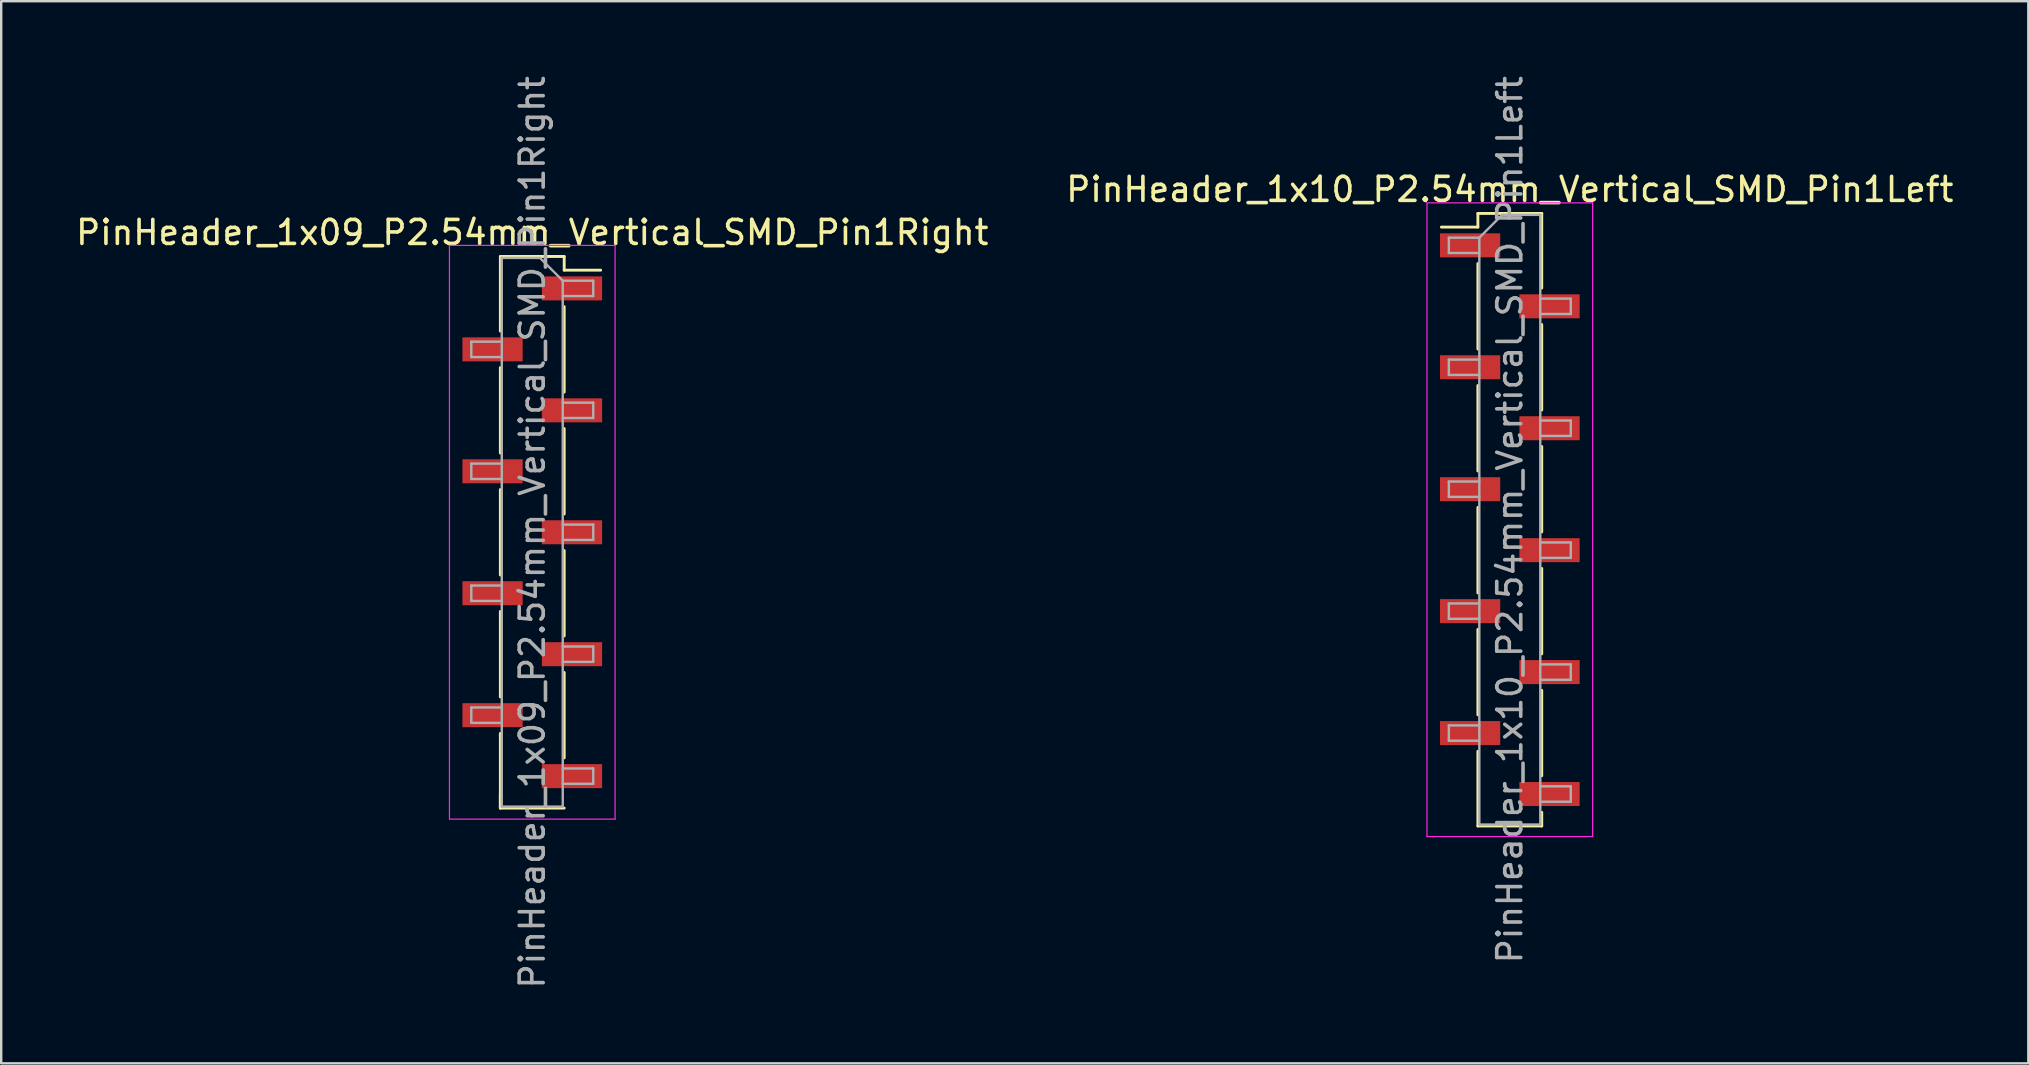
<source format=kicad_pcb>
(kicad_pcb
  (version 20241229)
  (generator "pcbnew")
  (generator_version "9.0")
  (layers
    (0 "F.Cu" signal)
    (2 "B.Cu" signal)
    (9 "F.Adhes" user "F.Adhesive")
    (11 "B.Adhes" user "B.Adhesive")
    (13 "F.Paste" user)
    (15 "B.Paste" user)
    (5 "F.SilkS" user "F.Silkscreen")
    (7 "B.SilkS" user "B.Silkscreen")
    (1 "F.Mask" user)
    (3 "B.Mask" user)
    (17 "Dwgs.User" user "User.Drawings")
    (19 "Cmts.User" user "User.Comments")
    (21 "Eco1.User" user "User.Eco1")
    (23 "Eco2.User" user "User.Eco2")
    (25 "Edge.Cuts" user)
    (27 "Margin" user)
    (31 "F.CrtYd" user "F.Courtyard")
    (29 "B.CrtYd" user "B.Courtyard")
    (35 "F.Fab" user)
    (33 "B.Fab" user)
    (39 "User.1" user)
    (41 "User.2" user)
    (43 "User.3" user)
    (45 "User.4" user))
  (footprint "PinHeader_1x10_P2.54mm_Vertical_SMD_Pin1Left"
    (layer "F.Cu")
    (at 59.851 18.601)
    (property "Reference" "PinHeader_1x10_P2.54mm_Vertical_SMD_Pin1Left" (at 0 -13.76 0) (layer "F.SilkS") (effects (font (size 1 1) (thickness 0.15))))
    (attr smd)
    (fp_line (start -1.33 -12.76) (end -1.33 -12.19) (stroke (width 0.12) (type solid)) (layer "F.SilkS"))
    (fp_line (start -1.33 -12.76) (end 1.33 -12.76) (stroke (width 0.12) (type solid)) (layer "F.SilkS"))
    (fp_line (start -1.33 -12.19) (end -2.85 -12.19) (stroke (width 0.12) (type solid)) (layer "F.SilkS"))
    (fp_line (start -1.33 -10.67) (end -1.33 -7.11) (stroke (width 0.12) (type solid)) (layer "F.SilkS"))
    (fp_line (start -1.33 -5.59) (end -1.33 -2.03) (stroke (width 0.12) (type solid)) (layer "F.SilkS"))
    (fp_line (start -1.33 -0.51) (end -1.33 3.05) (stroke (width 0.12) (type solid)) (layer "F.SilkS"))
    (fp_line (start -1.33 4.57) (end -1.33 8.13) (stroke (width 0.12) (type solid)) (layer "F.SilkS"))
    (fp_line (start -1.33 9.65) (end -1.33 12.76) (stroke (width 0.12) (type solid)) (layer "F.SilkS"))
    (fp_line (start -1.33 12.76) (end 1.33 12.76) (stroke (width 0.12) (type solid)) (layer "F.SilkS"))
    (fp_line (start 1.33 -12.76) (end 1.33 -9.65) (stroke (width 0.12) (type solid)) (layer "F.SilkS"))
    (fp_line (start 1.33 -8.13) (end 1.33 -4.57) (stroke (width 0.12) (type solid)) (layer "F.SilkS"))
    (fp_line (start 1.33 -3.05) (end 1.33 0.51) (stroke (width 0.12) (type solid)) (layer "F.SilkS"))
    (fp_line (start 1.33 2.03) (end 1.33 5.59) (stroke (width 0.12) (type solid)) (layer "F.SilkS"))
    (fp_line (start 1.33 7.11) (end 1.33 10.67) (stroke (width 0.12) (type solid)) (layer "F.SilkS"))
    (fp_line (start 1.33 12.19) (end 1.33 12.76) (stroke (width 0.12) (type solid)) (layer "F.SilkS"))
    (fp_line (start -3.45 -13.2) (end -3.45 13.2) (stroke (width 0.05) (type solid)) (layer "F.CrtYd"))
    (fp_line (start -3.45 13.2) (end 3.45 13.2) (stroke (width 0.05) (type solid)) (layer "F.CrtYd"))
    (fp_line (start 3.45 -13.2) (end -3.45 -13.2) (stroke (width 0.05) (type solid)) (layer "F.CrtYd"))
    (fp_line (start 3.45 13.2) (end 3.45 -13.2) (stroke (width 0.05) (type solid)) (layer "F.CrtYd"))
    (fp_line (start -2.54 -11.75) (end -2.54 -11.11) (stroke (width 0.1) (type solid)) (layer "F.Fab"))
    (fp_line (start -2.54 -11.11) (end -1.27 -11.11) (stroke (width 0.1) (type solid)) (layer "F.Fab"))
    (fp_line (start -2.54 -6.67) (end -2.54 -6.03) (stroke (width 0.1) (type solid)) (layer "F.Fab"))
    (fp_line (start -2.54 -6.03) (end -1.27 -6.03) (stroke (width 0.1) (type solid)) (layer "F.Fab"))
    (fp_line (start -2.54 -1.59) (end -2.54 -0.95) (stroke (width 0.1) (type solid)) (layer "F.Fab"))
    (fp_line (start -2.54 -0.95) (end -1.27 -0.95) (stroke (width 0.1) (type solid)) (layer "F.Fab"))
    (fp_line (start -2.54 3.49) (end -2.54 4.13) (stroke (width 0.1) (type solid)) (layer "F.Fab"))
    (fp_line (start -2.54 4.13) (end -1.27 4.13) (stroke (width 0.1) (type solid)) (layer "F.Fab"))
    (fp_line (start -2.54 8.57) (end -2.54 9.21) (stroke (width 0.1) (type solid)) (layer "F.Fab"))
    (fp_line (start -2.54 9.21) (end -1.27 9.21) (stroke (width 0.1) (type solid)) (layer "F.Fab"))
    (fp_line (start -1.27 -11.75) (end -2.54 -11.75) (stroke (width 0.1) (type solid)) (layer "F.Fab"))
    (fp_line (start -1.27 -11.75) (end -0.32 -12.7) (stroke (width 0.1) (type solid)) (layer "F.Fab"))
    (fp_line (start -1.27 -6.67) (end -2.54 -6.67) (stroke (width 0.1) (type solid)) (layer "F.Fab"))
    (fp_line (start -1.27 -1.59) (end -2.54 -1.59) (stroke (width 0.1) (type solid)) (layer "F.Fab"))
    (fp_line (start -1.27 3.49) (end -2.54 3.49) (stroke (width 0.1) (type solid)) (layer "F.Fab"))
    (fp_line (start -1.27 8.57) (end -2.54 8.57) (stroke (width 0.1) (type solid)) (layer "F.Fab"))
    (fp_line (start -1.27 12.7) (end -1.27 -11.75) (stroke (width 0.1) (type solid)) (layer "F.Fab"))
    (fp_line (start -0.32 -12.7) (end 1.27 -12.7) (stroke (width 0.1) (type solid)) (layer "F.Fab"))
    (fp_line (start 1.27 -12.7) (end 1.27 12.7) (stroke (width 0.1) (type solid)) (layer "F.Fab"))
    (fp_line (start 1.27 -9.21) (end 2.54 -9.21) (stroke (width 0.1) (type solid)) (layer "F.Fab"))
    (fp_line (start 1.27 -4.13) (end 2.54 -4.13) (stroke (width 0.1) (type solid)) (layer "F.Fab"))
    (fp_line (start 1.27 0.95) (end 2.54 0.95) (stroke (width 0.1) (type solid)) (layer "F.Fab"))
    (fp_line (start 1.27 6.03) (end 2.54 6.03) (stroke (width 0.1) (type solid)) (layer "F.Fab"))
    (fp_line (start 1.27 11.11) (end 2.54 11.11) (stroke (width 0.1) (type solid)) (layer "F.Fab"))
    (fp_line (start 1.27 12.7) (end -1.27 12.7) (stroke (width 0.1) (type solid)) (layer "F.Fab"))
    (fp_line (start 2.54 -9.21) (end 2.54 -8.57) (stroke (width 0.1) (type solid)) (layer "F.Fab"))
    (fp_line (start 2.54 -8.57) (end 1.27 -8.57) (stroke (width 0.1) (type solid)) (layer "F.Fab"))
    (fp_line (start 2.54 -4.13) (end 2.54 -3.49) (stroke (width 0.1) (type solid)) (layer "F.Fab"))
    (fp_line (start 2.54 -3.49) (end 1.27 -3.49) (stroke (width 0.1) (type solid)) (layer "F.Fab"))
    (fp_line (start 2.54 0.95) (end 2.54 1.59) (stroke (width 0.1) (type solid)) (layer "F.Fab"))
    (fp_line (start 2.54 1.59) (end 1.27 1.59) (stroke (width 0.1) (type solid)) (layer "F.Fab"))
    (fp_line (start 2.54 6.03) (end 2.54 6.67) (stroke (width 0.1) (type solid)) (layer "F.Fab"))
    (fp_line (start 2.54 6.67) (end 1.27 6.67) (stroke (width 0.1) (type solid)) (layer "F.Fab"))
    (fp_line (start 2.54 11.11) (end 2.54 11.75) (stroke (width 0.1) (type solid)) (layer "F.Fab"))
    (fp_line (start 2.54 11.75) (end 1.27 11.75) (stroke (width 0.1) (type solid)) (layer "F.Fab"))
    (fp_text user "${REFERENCE}" (at 0 0 90) (layer "F.Fab") (effects (font (size 1 1) (thickness 0.15))))
    (pad "1" smd rect (at -1.655 -11.43) (size 2.51 1) (layers "F.Cu" "F.Mask" "F.Paste"))
    (pad "2" smd rect (at 1.655 -8.89) (size 2.51 1) (layers "F.Cu" "F.Mask" "F.Paste"))
    (pad "3" smd rect (at -1.655 -6.35) (size 2.51 1) (layers "F.Cu" "F.Mask" "F.Paste"))
    (pad "4" smd rect (at 1.655 -3.81) (size 2.51 1) (layers "F.Cu" "F.Mask" "F.Paste"))
    (pad "5" smd rect (at -1.655 -1.27) (size 2.51 1) (layers "F.Cu" "F.Mask" "F.Paste"))
    (pad "6" smd rect (at 1.655 1.27) (size 2.51 1) (layers "F.Cu" "F.Mask" "F.Paste"))
    (pad "7" smd rect (at -1.655 3.81) (size 2.51 1) (layers "F.Cu" "F.Mask" "F.Paste"))
    (pad "8" smd rect (at 1.655 6.35) (size 2.51 1) (layers "F.Cu" "F.Mask" "F.Paste"))
    (pad "9" smd rect (at -1.655 8.89) (size 2.51 1) (layers "F.Cu" "F.Mask" "F.Paste"))
    (pad "10" smd rect (at 1.655 11.43) (size 2.51 1) (layers "F.Cu" "F.Mask" "F.Paste")))
  (footprint "PinHeader_1x09_P2.54mm_Vertical_SMD_Pin1Right"
    (layer "F.Cu")
    (at 19.125 19.125)
    (property "Reference" "PinHeader_1x09_P2.54mm_Vertical_SMD_Pin1Right" (at 0 -12.49 0) (layer "F.SilkS") (effects (font (size 1 1) (thickness 0.15))))
    (attr smd)
    (fp_line (start -1.33 -11.49) (end -1.33 -8.38) (stroke (width 0.12) (type solid)) (layer "F.SilkS"))
    (fp_line (start -1.33 -11.49) (end 1.33 -11.49) (stroke (width 0.12) (type solid)) (layer "F.SilkS"))
    (fp_line (start -1.33 -6.86) (end -1.33 -3.3) (stroke (width 0.12) (type solid)) (layer "F.SilkS"))
    (fp_line (start -1.33 -1.78) (end -1.33 1.78) (stroke (width 0.12) (type solid)) (layer "F.SilkS"))
    (fp_line (start -1.33 3.3) (end -1.33 6.86) (stroke (width 0.12) (type solid)) (layer "F.SilkS"))
    (fp_line (start -1.33 8.38) (end -1.33 11.49) (stroke (width 0.12) (type solid)) (layer "F.SilkS"))
    (fp_line (start -1.33 10.92) (end -1.33 11.49) (stroke (width 0.12) (type solid)) (layer "F.SilkS"))
    (fp_line (start -1.33 11.49) (end 1.33 11.49) (stroke (width 0.12) (type solid)) (layer "F.SilkS"))
    (fp_line (start 1.33 -11.49) (end 1.33 -10.92) (stroke (width 0.12) (type solid)) (layer "F.SilkS"))
    (fp_line (start 1.33 -10.92) (end 2.85 -10.92) (stroke (width 0.12) (type solid)) (layer "F.SilkS"))
    (fp_line (start 1.33 -9.4) (end 1.33 -5.84) (stroke (width 0.12) (type solid)) (layer "F.SilkS"))
    (fp_line (start 1.33 -4.32) (end 1.33 -0.76) (stroke (width 0.12) (type solid)) (layer "F.SilkS"))
    (fp_line (start 1.33 0.76) (end 1.33 4.32) (stroke (width 0.12) (type solid)) (layer "F.SilkS"))
    (fp_line (start 1.33 5.84) (end 1.33 9.4) (stroke (width 0.12) (type solid)) (layer "F.SilkS"))
    (fp_line (start -3.45 -11.95) (end -3.45 11.95) (stroke (width 0.05) (type solid)) (layer "F.CrtYd"))
    (fp_line (start -3.45 11.95) (end 3.45 11.95) (stroke (width 0.05) (type solid)) (layer "F.CrtYd"))
    (fp_line (start 3.45 -11.95) (end -3.45 -11.95) (stroke (width 0.05) (type solid)) (layer "F.CrtYd"))
    (fp_line (start 3.45 11.95) (end 3.45 -11.95) (stroke (width 0.05) (type solid)) (layer "F.CrtYd"))
    (fp_line (start -2.54 -7.94) (end -2.54 -7.3) (stroke (width 0.1) (type solid)) (layer "F.Fab"))
    (fp_line (start -2.54 -7.3) (end -1.27 -7.3) (stroke (width 0.1) (type solid)) (layer "F.Fab"))
    (fp_line (start -2.54 -2.86) (end -2.54 -2.22) (stroke (width 0.1) (type solid)) (layer "F.Fab"))
    (fp_line (start -2.54 -2.22) (end -1.27 -2.22) (stroke (width 0.1) (type solid)) (layer "F.Fab"))
    (fp_line (start -2.54 2.22) (end -2.54 2.86) (stroke (width 0.1) (type solid)) (layer "F.Fab"))
    (fp_line (start -2.54 2.86) (end -1.27 2.86) (stroke (width 0.1) (type solid)) (layer "F.Fab"))
    (fp_line (start -2.54 7.3) (end -2.54 7.94) (stroke (width 0.1) (type solid)) (layer "F.Fab"))
    (fp_line (start -2.54 7.94) (end -1.27 7.94) (stroke (width 0.1) (type solid)) (layer "F.Fab"))
    (fp_line (start -1.27 -11.43) (end -1.27 11.43) (stroke (width 0.1) (type solid)) (layer "F.Fab"))
    (fp_line (start -1.27 -11.43) (end 0.32 -11.43) (stroke (width 0.1) (type solid)) (layer "F.Fab"))
    (fp_line (start -1.27 -7.94) (end -2.54 -7.94) (stroke (width 0.1) (type solid)) (layer "F.Fab"))
    (fp_line (start -1.27 -2.86) (end -2.54 -2.86) (stroke (width 0.1) (type solid)) (layer "F.Fab"))
    (fp_line (start -1.27 2.22) (end -2.54 2.22) (stroke (width 0.1) (type solid)) (layer "F.Fab"))
    (fp_line (start -1.27 7.3) (end -2.54 7.3) (stroke (width 0.1) (type solid)) (layer "F.Fab"))
    (fp_line (start 1.27 -10.48) (end 0.32 -11.43) (stroke (width 0.1) (type solid)) (layer "F.Fab"))
    (fp_line (start 1.27 -10.48) (end 2.54 -10.48) (stroke (width 0.1) (type solid)) (layer "F.Fab"))
    (fp_line (start 1.27 -5.4) (end 2.54 -5.4) (stroke (width 0.1) (type solid)) (layer "F.Fab"))
    (fp_line (start 1.27 -0.32) (end 2.54 -0.32) (stroke (width 0.1) (type solid)) (layer "F.Fab"))
    (fp_line (start 1.27 4.76) (end 2.54 4.76) (stroke (width 0.1) (type solid)) (layer "F.Fab"))
    (fp_line (start 1.27 9.84) (end 2.54 9.84) (stroke (width 0.1) (type solid)) (layer "F.Fab"))
    (fp_line (start 1.27 11.43) (end -1.27 11.43) (stroke (width 0.1) (type solid)) (layer "F.Fab"))
    (fp_line (start 1.27 11.43) (end 1.27 -10.48) (stroke (width 0.1) (type solid)) (layer "F.Fab"))
    (fp_line (start 2.54 -10.48) (end 2.54 -9.84) (stroke (width 0.1) (type solid)) (layer "F.Fab"))
    (fp_line (start 2.54 -9.84) (end 1.27 -9.84) (stroke (width 0.1) (type solid)) (layer "F.Fab"))
    (fp_line (start 2.54 -5.4) (end 2.54 -4.76) (stroke (width 0.1) (type solid)) (layer "F.Fab"))
    (fp_line (start 2.54 -4.76) (end 1.27 -4.76) (stroke (width 0.1) (type solid)) (layer "F.Fab"))
    (fp_line (start 2.54 -0.32) (end 2.54 0.32) (stroke (width 0.1) (type solid)) (layer "F.Fab"))
    (fp_line (start 2.54 0.32) (end 1.27 0.32) (stroke (width 0.1) (type solid)) (layer "F.Fab"))
    (fp_line (start 2.54 4.76) (end 2.54 5.4) (stroke (width 0.1) (type solid)) (layer "F.Fab"))
    (fp_line (start 2.54 5.4) (end 1.27 5.4) (stroke (width 0.1) (type solid)) (layer "F.Fab"))
    (fp_line (start 2.54 9.84) (end 2.54 10.48) (stroke (width 0.1) (type solid)) (layer "F.Fab"))
    (fp_line (start 2.54 10.48) (end 1.27 10.48) (stroke (width 0.1) (type solid)) (layer "F.Fab"))
    (fp_text user "${REFERENCE}" (at 0 0 90) (layer "F.Fab") (effects (font (size 1 1) (thickness 0.15))))
    (pad "1" smd rect (at 1.655 -10.16) (size 2.51 1) (layers "F.Cu" "F.Mask" "F.Paste"))
    (pad "2" smd rect (at -1.655 -7.62) (size 2.51 1) (layers "F.Cu" "F.Mask" "F.Paste"))
    (pad "3" smd rect (at 1.655 -5.08) (size 2.51 1) (layers "F.Cu" "F.Mask" "F.Paste"))
    (pad "4" smd rect (at -1.655 -2.54) (size 2.51 1) (layers "F.Cu" "F.Mask" "F.Paste"))
    (pad "5" smd rect (at 1.655 0) (size 2.51 1) (layers "F.Cu" "F.Mask" "F.Paste"))
    (pad "6" smd rect (at -1.655 2.54) (size 2.51 1) (layers "F.Cu" "F.Mask" "F.Paste"))
    (pad "7" smd rect (at 1.655 5.08) (size 2.51 1) (layers "F.Cu" "F.Mask" "F.Paste"))
    (pad "8" smd rect (at -1.655 7.62) (size 2.51 1) (layers "F.Cu" "F.Mask" "F.Paste"))
    (pad "9" smd rect (at 1.655 10.16) (size 2.51 1) (layers "F.Cu" "F.Mask" "F.Paste")))
  (gr_rect
    (start -3 -3)
    (end 81.452 41.25)
    (stroke (width 0.1) (type default))
    (fill no)
    (layer "Edge.Cuts")))
</source>
